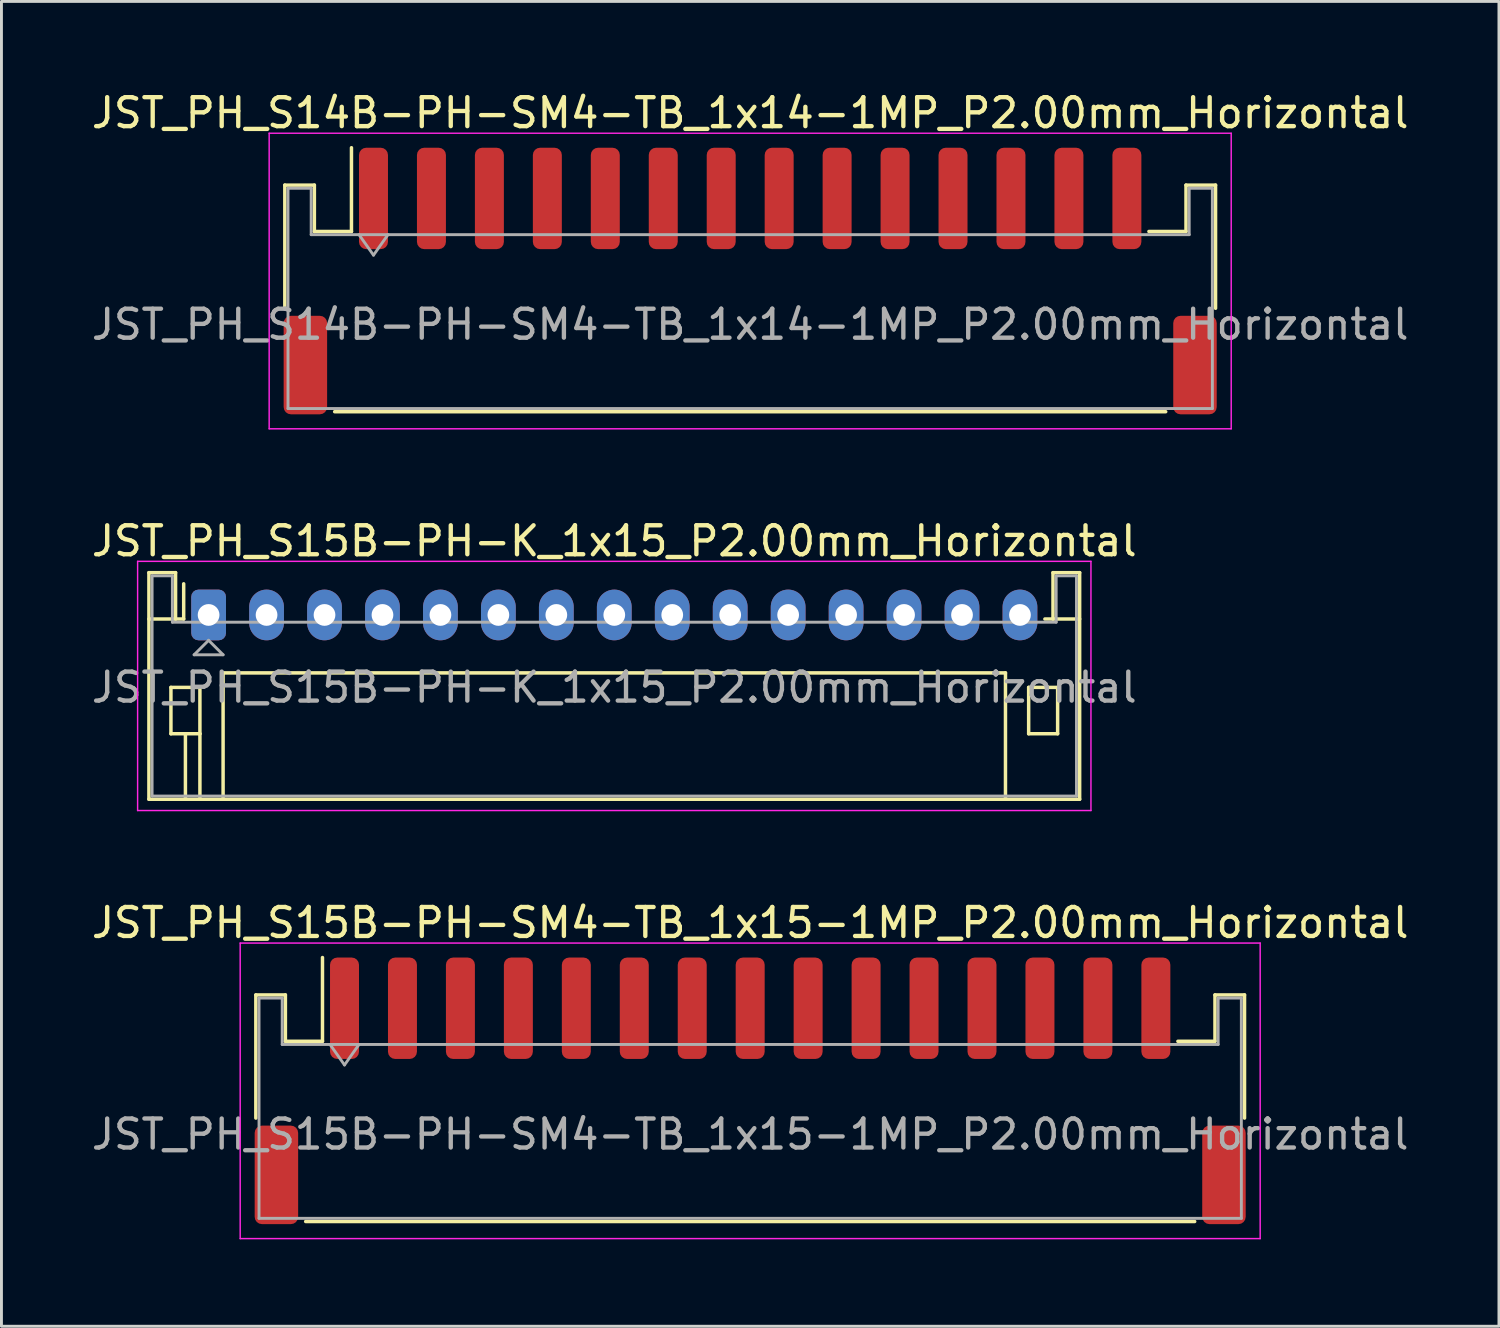
<source format=kicad_pcb>
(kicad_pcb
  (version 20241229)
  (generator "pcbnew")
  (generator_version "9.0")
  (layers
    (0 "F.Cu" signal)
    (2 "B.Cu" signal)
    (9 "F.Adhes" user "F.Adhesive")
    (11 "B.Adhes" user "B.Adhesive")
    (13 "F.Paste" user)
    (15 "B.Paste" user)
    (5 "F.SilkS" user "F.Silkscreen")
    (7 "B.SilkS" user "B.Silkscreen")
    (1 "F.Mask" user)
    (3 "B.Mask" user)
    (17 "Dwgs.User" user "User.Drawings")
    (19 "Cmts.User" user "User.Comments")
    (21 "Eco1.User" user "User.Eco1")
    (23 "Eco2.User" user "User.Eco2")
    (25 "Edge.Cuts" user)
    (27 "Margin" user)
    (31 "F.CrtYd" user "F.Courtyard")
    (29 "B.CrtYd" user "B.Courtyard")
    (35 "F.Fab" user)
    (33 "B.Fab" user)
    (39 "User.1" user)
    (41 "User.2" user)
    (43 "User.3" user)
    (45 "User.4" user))
  (footprint "JST_PH_S15B-PH-K_1x15_P2.00mm_Horizontal"
    (layer "F.Cu")
    (at 4.149 18.172)
    (property "Reference" "JST_PH_S15B-PH-K_1x15_P2.00mm_Horizontal" (at 14 -2.55 0) (layer "F.SilkS") (effects (font (size 1 1) (thickness 0.15))))
    (attr through_hole)
    (fp_line (start -2.06 -1.46) (end -2.06 6.36) (stroke (width 0.12) (type solid)) (layer "F.SilkS"))
    (fp_line (start -2.06 0.14) (end -1.14 0.14) (stroke (width 0.12) (type solid)) (layer "F.SilkS"))
    (fp_line (start -2.06 6.36) (end 30.06 6.36) (stroke (width 0.12) (type solid)) (layer "F.SilkS"))
    (fp_line (start -1.3 2.5) (end -1.3 4.1) (stroke (width 0.12) (type solid)) (layer "F.SilkS"))
    (fp_line (start -1.3 4.1) (end -0.3 4.1) (stroke (width 0.12) (type solid)) (layer "F.SilkS"))
    (fp_line (start -1.14 -1.46) (end -2.06 -1.46) (stroke (width 0.12) (type solid)) (layer "F.SilkS"))
    (fp_line (start -1.14 0.14) (end -1.14 -1.46) (stroke (width 0.12) (type solid)) (layer "F.SilkS"))
    (fp_line (start -0.86 0.14) (end -1.14 0.14) (stroke (width 0.12) (type solid)) (layer "F.SilkS"))
    (fp_line (start -0.86 0.14) (end -0.86 -1.075) (stroke (width 0.12) (type solid)) (layer "F.SilkS"))
    (fp_line (start -0.8 4.1) (end -0.8 6.36) (stroke (width 0.12) (type solid)) (layer "F.SilkS"))
    (fp_line (start -0.3 2.5) (end -1.3 2.5) (stroke (width 0.12) (type solid)) (layer "F.SilkS"))
    (fp_line (start -0.3 4.1) (end -0.3 2.5) (stroke (width 0.12) (type solid)) (layer "F.SilkS"))
    (fp_line (start -0.3 4.1) (end -0.3 6.36) (stroke (width 0.12) (type solid)) (layer "F.SilkS"))
    (fp_line (start 0.5 2) (end 27.5 2) (stroke (width 0.12) (type solid)) (layer "F.SilkS"))
    (fp_line (start 0.5 6.36) (end 0.5 2) (stroke (width 0.12) (type solid)) (layer "F.SilkS"))
    (fp_line (start 27.5 2) (end 27.5 6.36) (stroke (width 0.12) (type solid)) (layer "F.SilkS"))
    (fp_line (start 28.3 2.5) (end 29.3 2.5) (stroke (width 0.12) (type solid)) (layer "F.SilkS"))
    (fp_line (start 28.3 4.1) (end 28.3 2.5) (stroke (width 0.12) (type solid)) (layer "F.SilkS"))
    (fp_line (start 29.14 -1.46) (end 29.14 0.14) (stroke (width 0.12) (type solid)) (layer "F.SilkS"))
    (fp_line (start 29.14 0.14) (end 28.86 0.14) (stroke (width 0.12) (type solid)) (layer "F.SilkS"))
    (fp_line (start 29.3 2.5) (end 29.3 4.1) (stroke (width 0.12) (type solid)) (layer "F.SilkS"))
    (fp_line (start 29.3 4.1) (end 28.3 4.1) (stroke (width 0.12) (type solid)) (layer "F.SilkS"))
    (fp_line (start 30.06 -1.46) (end 29.14 -1.46) (stroke (width 0.12) (type solid)) (layer "F.SilkS"))
    (fp_line (start 30.06 0.14) (end 29.14 0.14) (stroke (width 0.12) (type solid)) (layer "F.SilkS"))
    (fp_line (start 30.06 6.36) (end 30.06 -1.46) (stroke (width 0.12) (type solid)) (layer "F.SilkS"))
    (fp_line (start -2.45 -1.85) (end -2.45 6.75) (stroke (width 0.05) (type solid)) (layer "F.CrtYd"))
    (fp_line (start -2.45 6.75) (end 30.45 6.75) (stroke (width 0.05) (type solid)) (layer "F.CrtYd"))
    (fp_line (start 30.45 -1.85) (end -2.45 -1.85) (stroke (width 0.05) (type solid)) (layer "F.CrtYd"))
    (fp_line (start 30.45 6.75) (end 30.45 -1.85) (stroke (width 0.05) (type solid)) (layer "F.CrtYd"))
    (fp_line (start -1.95 -1.35) (end -1.95 6.25) (stroke (width 0.1) (type solid)) (layer "F.Fab"))
    (fp_line (start -1.95 6.25) (end 29.95 6.25) (stroke (width 0.1) (type solid)) (layer "F.Fab"))
    (fp_line (start -1.25 -1.35) (end -1.95 -1.35) (stroke (width 0.1) (type solid)) (layer "F.Fab"))
    (fp_line (start -1.25 0.25) (end -1.25 -1.35) (stroke (width 0.1) (type solid)) (layer "F.Fab"))
    (fp_line (start -0.5 1.375) (end 0.5 1.375) (stroke (width 0.1) (type solid)) (layer "F.Fab"))
    (fp_line (start 0 0.875) (end -0.5 1.375) (stroke (width 0.1) (type solid)) (layer "F.Fab"))
    (fp_line (start 0.5 1.375) (end 0 0.875) (stroke (width 0.1) (type solid)) (layer "F.Fab"))
    (fp_line (start 29.25 -1.35) (end 29.25 0.25) (stroke (width 0.1) (type solid)) (layer "F.Fab"))
    (fp_line (start 29.25 0.25) (end -1.25 0.25) (stroke (width 0.1) (type solid)) (layer "F.Fab"))
    (fp_line (start 29.95 -1.35) (end 29.25 -1.35) (stroke (width 0.1) (type solid)) (layer "F.Fab"))
    (fp_line (start 29.95 6.25) (end 29.95 -1.35) (stroke (width 0.1) (type solid)) (layer "F.Fab"))
    (fp_text user "${REFERENCE}" (at 14 2.5 0) (layer "F.Fab") (effects (font (size 1 1) (thickness 0.15))))
    (pad "1" thru_hole roundrect (at 0 0) (size 1.2 1.75) (drill 0.75) (layers "*.Cu" "*.Mask") (roundrect_rratio 0.208))
    (pad "2" thru_hole oval (at 2 0) (size 1.2 1.75) (drill 0.75) (layers "*.Cu" "*.Mask"))
    (pad "3" thru_hole oval (at 4 0) (size 1.2 1.75) (drill 0.75) (layers "*.Cu" "*.Mask"))
    (pad "4" thru_hole oval (at 6 0) (size 1.2 1.75) (drill 0.75) (layers "*.Cu" "*.Mask"))
    (pad "5" thru_hole oval (at 8 0) (size 1.2 1.75) (drill 0.75) (layers "*.Cu" "*.Mask"))
    (pad "6" thru_hole oval (at 10 0) (size 1.2 1.75) (drill 0.75) (layers "*.Cu" "*.Mask"))
    (pad "7" thru_hole oval (at 12 0) (size 1.2 1.75) (drill 0.75) (layers "*.Cu" "*.Mask"))
    (pad "8" thru_hole oval (at 14 0) (size 1.2 1.75) (drill 0.75) (layers "*.Cu" "*.Mask"))
    (pad "9" thru_hole oval (at 16 0) (size 1.2 1.75) (drill 0.75) (layers "*.Cu" "*.Mask"))
    (pad "10" thru_hole oval (at 18 0) (size 1.2 1.75) (drill 0.75) (layers "*.Cu" "*.Mask"))
    (pad "11" thru_hole oval (at 20 0) (size 1.2 1.75) (drill 0.75) (layers "*.Cu" "*.Mask"))
    (pad "12" thru_hole oval (at 22 0) (size 1.2 1.75) (drill 0.75) (layers "*.Cu" "*.Mask"))
    (pad "13" thru_hole oval (at 24 0) (size 1.2 1.75) (drill 0.75) (layers "*.Cu" "*.Mask"))
    (pad "14" thru_hole oval (at 26 0) (size 1.2 1.75) (drill 0.75) (layers "*.Cu" "*.Mask"))
    (pad "15" thru_hole oval (at 28 0) (size 1.2 1.75) (drill 0.75) (layers "*.Cu" "*.Mask")))
  (footprint "JST_PH_S14B-PH-SM4-TB_1x14-1MP_P2.00mm_Horizontal"
    (layer "F.Cu")
    (at 22.839 6.648)
    (property "Reference" "JST_PH_S14B-PH-SM4-TB_1x14-1MP_P2.00mm_Horizontal" (at 0 -5.8 0) (layer "F.SilkS") (effects (font (size 1 1) (thickness 0.15))))
    (attr smd)
    (fp_line (start -16.06 -3.31) (end -15.04 -3.31) (stroke (width 0.12) (type solid)) (layer "F.SilkS"))
    (fp_line (start -16.06 0.94) (end -16.06 -3.31) (stroke (width 0.12) (type solid)) (layer "F.SilkS"))
    (fp_line (start -15.04 -3.31) (end -15.04 -1.71) (stroke (width 0.12) (type solid)) (layer "F.SilkS"))
    (fp_line (start -15.04 -1.71) (end -13.76 -1.71) (stroke (width 0.12) (type solid)) (layer "F.SilkS"))
    (fp_line (start -14.34 4.51) (end 14.34 4.51) (stroke (width 0.12) (type solid)) (layer "F.SilkS"))
    (fp_line (start -13.76 -1.71) (end -13.76 -4.6) (stroke (width 0.12) (type solid)) (layer "F.SilkS"))
    (fp_line (start 15.04 -3.31) (end 15.04 -1.71) (stroke (width 0.12) (type solid)) (layer "F.SilkS"))
    (fp_line (start 15.04 -1.71) (end 13.76 -1.71) (stroke (width 0.12) (type solid)) (layer "F.SilkS"))
    (fp_line (start 16.06 -3.31) (end 15.04 -3.31) (stroke (width 0.12) (type solid)) (layer "F.SilkS"))
    (fp_line (start 16.06 0.94) (end 16.06 -3.31) (stroke (width 0.12) (type solid)) (layer "F.SilkS"))
    (fp_line (start -16.6 -5.1) (end -16.6 5.1) (stroke (width 0.05) (type solid)) (layer "F.CrtYd"))
    (fp_line (start -16.6 5.1) (end 16.6 5.1) (stroke (width 0.05) (type solid)) (layer "F.CrtYd"))
    (fp_line (start 16.6 -5.1) (end -16.6 -5.1) (stroke (width 0.05) (type solid)) (layer "F.CrtYd"))
    (fp_line (start 16.6 5.1) (end 16.6 -5.1) (stroke (width 0.05) (type solid)) (layer "F.CrtYd"))
    (fp_line (start -15.95 -3.2) (end -15.95 4.4) (stroke (width 0.1) (type solid)) (layer "F.Fab"))
    (fp_line (start -15.95 -3.2) (end -15.15 -3.2) (stroke (width 0.1) (type solid)) (layer "F.Fab"))
    (fp_line (start -15.95 4.4) (end 15.95 4.4) (stroke (width 0.1) (type solid)) (layer "F.Fab"))
    (fp_line (start -15.15 -3.2) (end -15.15 -1.6) (stroke (width 0.1) (type solid)) (layer "F.Fab"))
    (fp_line (start -15.15 -1.6) (end 15.15 -1.6) (stroke (width 0.1) (type solid)) (layer "F.Fab"))
    (fp_line (start -13.5 -1.6) (end -13 -0.893) (stroke (width 0.1) (type solid)) (layer "F.Fab"))
    (fp_line (start -13 -0.893) (end -12.5 -1.6) (stroke (width 0.1) (type solid)) (layer "F.Fab"))
    (fp_line (start 15.15 -3.2) (end 15.95 -3.2) (stroke (width 0.1) (type solid)) (layer "F.Fab"))
    (fp_line (start 15.15 -1.6) (end 15.15 -3.2) (stroke (width 0.1) (type solid)) (layer "F.Fab"))
    (fp_line (start 15.95 -3.2) (end 15.95 4.4) (stroke (width 0.1) (type solid)) (layer "F.Fab"))
    (fp_text user "${REFERENCE}" (at 0 1.5 0) (layer "F.Fab") (effects (font (size 1 1) (thickness 0.15))))
    (pad "1" smd roundrect (at -13 -2.85) (size 1 3.5) (layers "F.Cu" "F.Mask" "F.Paste") (roundrect_rratio 0.25))
    (pad "2" smd roundrect (at -11 -2.85) (size 1 3.5) (layers "F.Cu" "F.Mask" "F.Paste") (roundrect_rratio 0.25))
    (pad "3" smd roundrect (at -9 -2.85) (size 1 3.5) (layers "F.Cu" "F.Mask" "F.Paste") (roundrect_rratio 0.25))
    (pad "4" smd roundrect (at -7 -2.85) (size 1 3.5) (layers "F.Cu" "F.Mask" "F.Paste") (roundrect_rratio 0.25))
    (pad "5" smd roundrect (at -5 -2.85) (size 1 3.5) (layers "F.Cu" "F.Mask" "F.Paste") (roundrect_rratio 0.25))
    (pad "6" smd roundrect (at -3 -2.85) (size 1 3.5) (layers "F.Cu" "F.Mask" "F.Paste") (roundrect_rratio 0.25))
    (pad "7" smd roundrect (at -1 -2.85) (size 1 3.5) (layers "F.Cu" "F.Mask" "F.Paste") (roundrect_rratio 0.25))
    (pad "8" smd roundrect (at 1 -2.85) (size 1 3.5) (layers "F.Cu" "F.Mask" "F.Paste") (roundrect_rratio 0.25))
    (pad "9" smd roundrect (at 3 -2.85) (size 1 3.5) (layers "F.Cu" "F.Mask" "F.Paste") (roundrect_rratio 0.25))
    (pad "10" smd roundrect (at 5 -2.85) (size 1 3.5) (layers "F.Cu" "F.Mask" "F.Paste") (roundrect_rratio 0.25))
    (pad "11" smd roundrect (at 7 -2.85) (size 1 3.5) (layers "F.Cu" "F.Mask" "F.Paste") (roundrect_rratio 0.25))
    (pad "12" smd roundrect (at 9 -2.85) (size 1 3.5) (layers "F.Cu" "F.Mask" "F.Paste") (roundrect_rratio 0.25))
    (pad "13" smd roundrect (at 11 -2.85) (size 1 3.5) (layers "F.Cu" "F.Mask" "F.Paste") (roundrect_rratio 0.25))
    (pad "14" smd roundrect (at 13 -2.85) (size 1 3.5) (layers "F.Cu" "F.Mask" "F.Paste") (roundrect_rratio 0.25))
    (pad "MP" smd roundrect (at -15.35 2.9) (size 1.5 3.4) (layers "F.Cu" "F.Mask" "F.Paste") (roundrect_rratio 0.167))
    (pad "MP" smd roundrect (at 15.35 2.9) (size 1.5 3.4) (layers "F.Cu" "F.Mask" "F.Paste") (roundrect_rratio 0.167)))
  (footprint "JST_PH_S15B-PH-SM4-TB_1x15-1MP_P2.00mm_Horizontal"
    (layer "F.Cu")
    (at 22.839 34.595)
    (property "Reference" "JST_PH_S15B-PH-SM4-TB_1x15-1MP_P2.00mm_Horizontal" (at 0 -5.8 0) (layer "F.SilkS") (effects (font (size 1 1) (thickness 0.15))))
    (attr smd)
    (fp_line (start -17.06 -3.31) (end -16.04 -3.31) (stroke (width 0.12) (type solid)) (layer "F.SilkS"))
    (fp_line (start -17.06 0.94) (end -17.06 -3.31) (stroke (width 0.12) (type solid)) (layer "F.SilkS"))
    (fp_line (start -16.04 -3.31) (end -16.04 -1.71) (stroke (width 0.12) (type solid)) (layer "F.SilkS"))
    (fp_line (start -16.04 -1.71) (end -14.76 -1.71) (stroke (width 0.12) (type solid)) (layer "F.SilkS"))
    (fp_line (start -15.34 4.51) (end 15.34 4.51) (stroke (width 0.12) (type solid)) (layer "F.SilkS"))
    (fp_line (start -14.76 -1.71) (end -14.76 -4.6) (stroke (width 0.12) (type solid)) (layer "F.SilkS"))
    (fp_line (start 16.04 -3.31) (end 16.04 -1.71) (stroke (width 0.12) (type solid)) (layer "F.SilkS"))
    (fp_line (start 16.04 -1.71) (end 14.76 -1.71) (stroke (width 0.12) (type solid)) (layer "F.SilkS"))
    (fp_line (start 17.06 -3.31) (end 16.04 -3.31) (stroke (width 0.12) (type solid)) (layer "F.SilkS"))
    (fp_line (start 17.06 0.94) (end 17.06 -3.31) (stroke (width 0.12) (type solid)) (layer "F.SilkS"))
    (fp_line (start -17.6 -5.1) (end -17.6 5.1) (stroke (width 0.05) (type solid)) (layer "F.CrtYd"))
    (fp_line (start -17.6 5.1) (end 17.6 5.1) (stroke (width 0.05) (type solid)) (layer "F.CrtYd"))
    (fp_line (start 17.6 -5.1) (end -17.6 -5.1) (stroke (width 0.05) (type solid)) (layer "F.CrtYd"))
    (fp_line (start 17.6 5.1) (end 17.6 -5.1) (stroke (width 0.05) (type solid)) (layer "F.CrtYd"))
    (fp_line (start -16.95 -3.2) (end -16.95 4.4) (stroke (width 0.1) (type solid)) (layer "F.Fab"))
    (fp_line (start -16.95 -3.2) (end -16.15 -3.2) (stroke (width 0.1) (type solid)) (layer "F.Fab"))
    (fp_line (start -16.95 4.4) (end 16.95 4.4) (stroke (width 0.1) (type solid)) (layer "F.Fab"))
    (fp_line (start -16.15 -3.2) (end -16.15 -1.6) (stroke (width 0.1) (type solid)) (layer "F.Fab"))
    (fp_line (start -16.15 -1.6) (end 16.15 -1.6) (stroke (width 0.1) (type solid)) (layer "F.Fab"))
    (fp_line (start -14.5 -1.6) (end -14 -0.893) (stroke (width 0.1) (type solid)) (layer "F.Fab"))
    (fp_line (start -14 -0.893) (end -13.5 -1.6) (stroke (width 0.1) (type solid)) (layer "F.Fab"))
    (fp_line (start 16.15 -3.2) (end 16.95 -3.2) (stroke (width 0.1) (type solid)) (layer "F.Fab"))
    (fp_line (start 16.15 -1.6) (end 16.15 -3.2) (stroke (width 0.1) (type solid)) (layer "F.Fab"))
    (fp_line (start 16.95 -3.2) (end 16.95 4.4) (stroke (width 0.1) (type solid)) (layer "F.Fab"))
    (fp_text user "${REFERENCE}" (at 0 1.5 0) (layer "F.Fab") (effects (font (size 1 1) (thickness 0.15))))
    (pad "1" smd roundrect (at -14 -2.85) (size 1 3.5) (layers "F.Cu" "F.Mask" "F.Paste") (roundrect_rratio 0.25))
    (pad "2" smd roundrect (at -12 -2.85) (size 1 3.5) (layers "F.Cu" "F.Mask" "F.Paste") (roundrect_rratio 0.25))
    (pad "3" smd roundrect (at -10 -2.85) (size 1 3.5) (layers "F.Cu" "F.Mask" "F.Paste") (roundrect_rratio 0.25))
    (pad "4" smd roundrect (at -8 -2.85) (size 1 3.5) (layers "F.Cu" "F.Mask" "F.Paste") (roundrect_rratio 0.25))
    (pad "5" smd roundrect (at -6 -2.85) (size 1 3.5) (layers "F.Cu" "F.Mask" "F.Paste") (roundrect_rratio 0.25))
    (pad "6" smd roundrect (at -4 -2.85) (size 1 3.5) (layers "F.Cu" "F.Mask" "F.Paste") (roundrect_rratio 0.25))
    (pad "7" smd roundrect (at -2 -2.85) (size 1 3.5) (layers "F.Cu" "F.Mask" "F.Paste") (roundrect_rratio 0.25))
    (pad "8" smd roundrect (at 0 -2.85) (size 1 3.5) (layers "F.Cu" "F.Mask" "F.Paste") (roundrect_rratio 0.25))
    (pad "9" smd roundrect (at 2 -2.85) (size 1 3.5) (layers "F.Cu" "F.Mask" "F.Paste") (roundrect_rratio 0.25))
    (pad "10" smd roundrect (at 4 -2.85) (size 1 3.5) (layers "F.Cu" "F.Mask" "F.Paste") (roundrect_rratio 0.25))
    (pad "11" smd roundrect (at 6 -2.85) (size 1 3.5) (layers "F.Cu" "F.Mask" "F.Paste") (roundrect_rratio 0.25))
    (pad "12" smd roundrect (at 8 -2.85) (size 1 3.5) (layers "F.Cu" "F.Mask" "F.Paste") (roundrect_rratio 0.25))
    (pad "13" smd roundrect (at 10 -2.85) (size 1 3.5) (layers "F.Cu" "F.Mask" "F.Paste") (roundrect_rratio 0.25))
    (pad "14" smd roundrect (at 12 -2.85) (size 1 3.5) (layers "F.Cu" "F.Mask" "F.Paste") (roundrect_rratio 0.25))
    (pad "15" smd roundrect (at 14 -2.85) (size 1 3.5) (layers "F.Cu" "F.Mask" "F.Paste") (roundrect_rratio 0.25))
    (pad "MP" smd roundrect (at -16.35 2.9) (size 1.5 3.4) (layers "F.Cu" "F.Mask" "F.Paste") (roundrect_rratio 0.167))
    (pad "MP" smd roundrect (at 16.35 2.9) (size 1.5 3.4) (layers "F.Cu" "F.Mask" "F.Paste") (roundrect_rratio 0.167)))
  (gr_rect
    (start -3 -3)
    (end 48.679 42.72)
    (stroke (width 0.1) (type default))
    (fill no)
    (layer "Edge.Cuts")))
</source>
